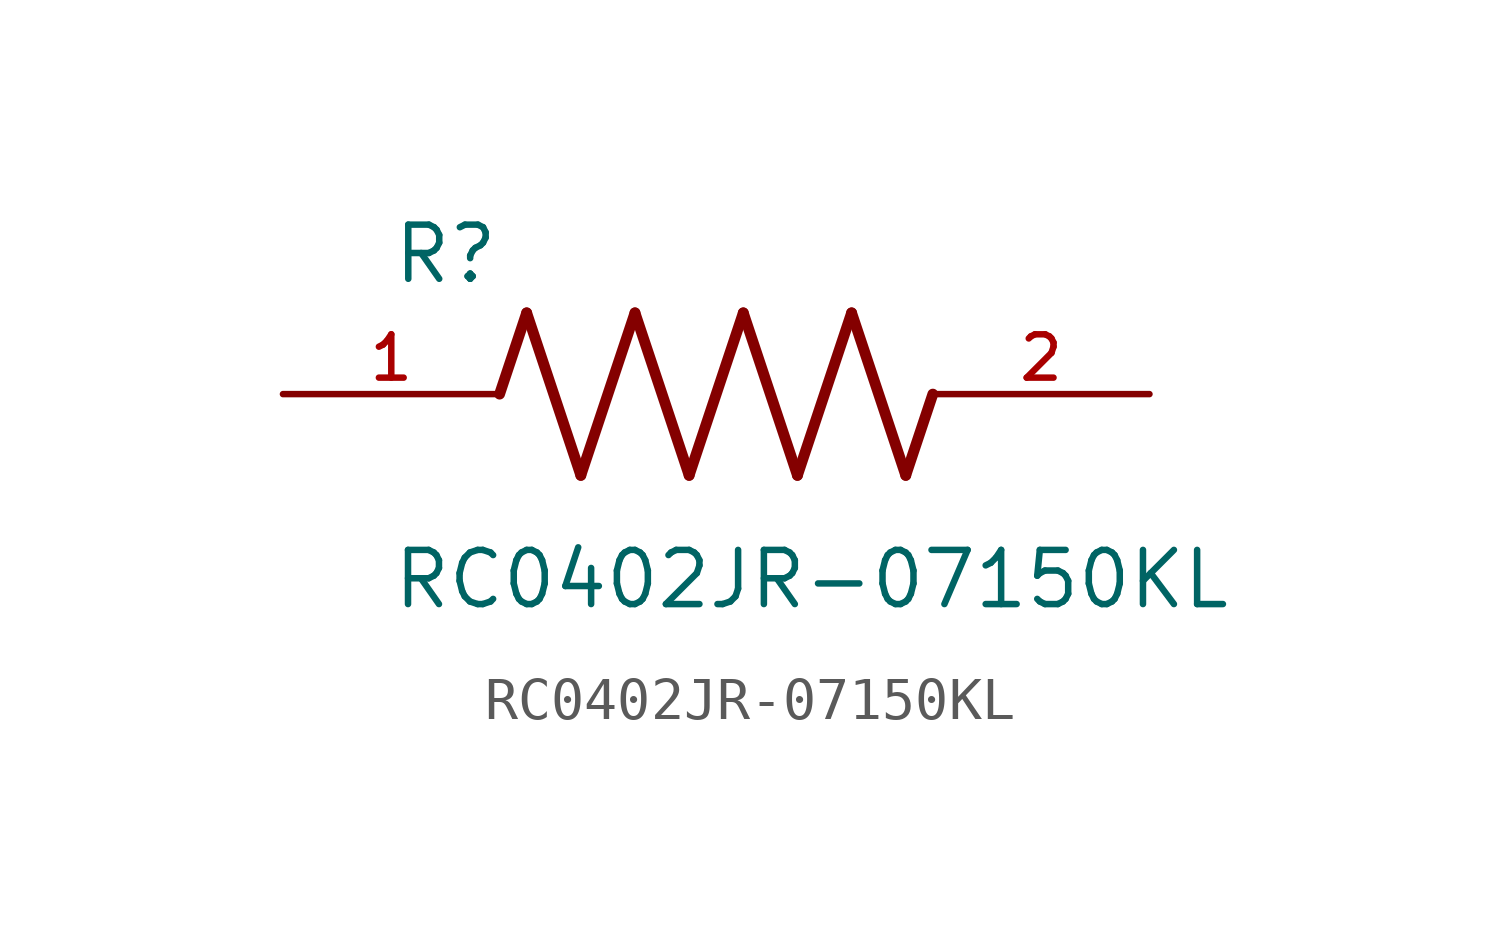
<source format=kicad_sym>
(kicad_symbol_lib
  (version 20211014)
  (generator kicad_symbol_editor)
  (symbol "RC0402JR-07150KL"
    (pin_names
      (offset 1.016))
    (property "Reference" "R"
      (at -7.624 2.541 0)
      (effects (font (size 1.27 1.27)) (justify bottom left)))
    (property "Value" "RC0402JR-07150KL"
      (at -7.63 -5.087 0)
      (effects (font (size 1.27 1.27)) (justify bottom left)))
    (symbol "RC0402JR-07150KL_0_0"
      (polyline (pts (xy -5.08 0.0) (xy -4.445 1.905)) (stroke (width 0.254)))
      (polyline (pts (xy -4.445 1.905) (xy -3.175 -1.905)) (stroke (width 0.254)))
      (polyline (pts (xy -3.175 -1.905) (xy -1.905 1.905)) (stroke (width 0.254)))
      (polyline (pts (xy -1.905 1.905) (xy -0.635 -1.905)) (stroke (width 0.254)))
      (polyline (pts (xy -0.635 -1.905) (xy 0.635 1.905)) (stroke (width 0.254)))
      (polyline (pts (xy 0.635 1.905) (xy 1.905 -1.905)) (stroke (width 0.254)))
      (polyline (pts (xy 1.905 -1.905) (xy 3.175 1.905)) (stroke (width 0.254)))
      (polyline (pts (xy 3.175 1.905) (xy 4.445 -1.905)) (stroke (width 0.254)))
      (polyline (pts (xy 4.445 -1.905) (xy 5.08 0.0)) (stroke (width 0.254)))
      (pin passive line (at -10.16 0.0 0) (length 5.08) (name "~" (effects (font (size 1.016 1.016)))) (number "1" (effects (font (size 1.016 1.016)))))
      (pin passive line (at 10.16 0.0 180.0) (length 5.08) (name "~" (effects (font (size 1.016 1.016)))) (number "2" (effects (font (size 1.016 1.016))))))))
</source>
